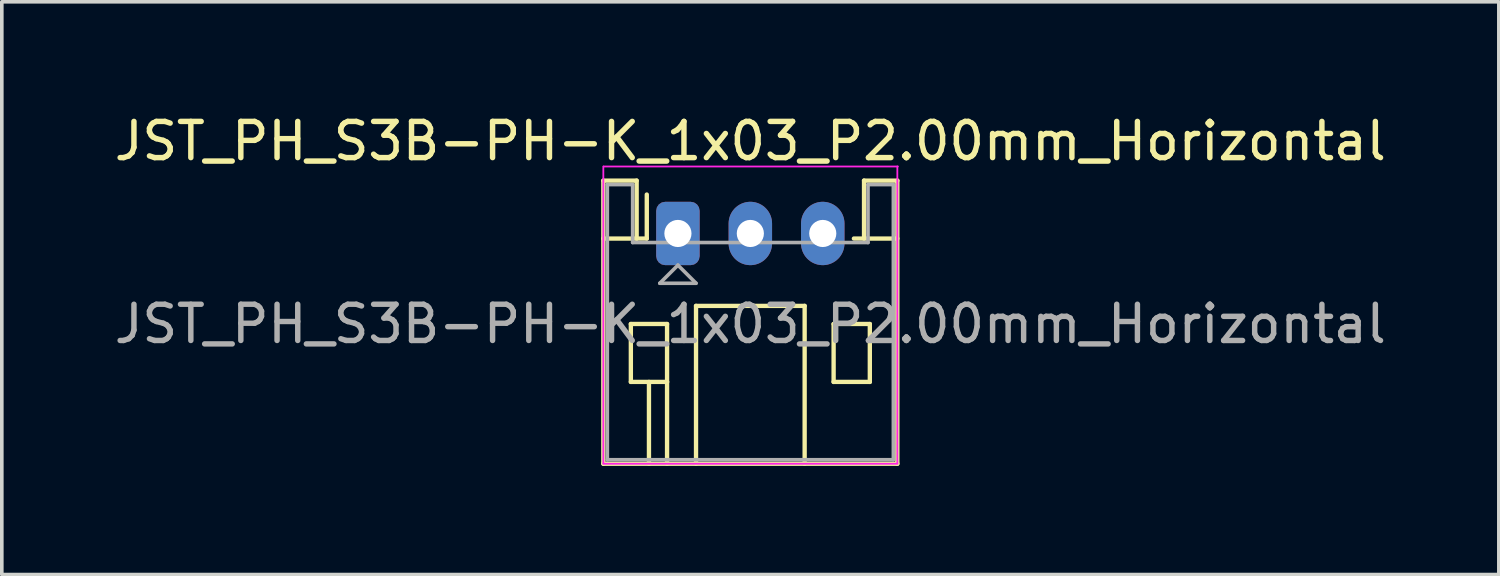
<source format=kicad_pcb>
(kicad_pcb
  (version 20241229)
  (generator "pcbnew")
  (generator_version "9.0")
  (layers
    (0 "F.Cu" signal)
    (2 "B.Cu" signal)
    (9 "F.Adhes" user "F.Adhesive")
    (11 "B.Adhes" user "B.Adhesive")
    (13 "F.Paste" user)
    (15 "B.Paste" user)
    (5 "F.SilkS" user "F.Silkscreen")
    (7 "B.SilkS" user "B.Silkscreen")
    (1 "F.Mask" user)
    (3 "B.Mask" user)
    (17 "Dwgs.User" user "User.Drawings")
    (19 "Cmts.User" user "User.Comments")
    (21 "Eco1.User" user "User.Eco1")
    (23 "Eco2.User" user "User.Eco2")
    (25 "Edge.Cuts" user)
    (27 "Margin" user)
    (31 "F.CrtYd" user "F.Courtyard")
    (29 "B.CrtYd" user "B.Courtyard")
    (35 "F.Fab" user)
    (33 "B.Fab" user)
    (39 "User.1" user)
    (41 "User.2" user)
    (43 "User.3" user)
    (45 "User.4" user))
  (footprint "JST_PH_S3B-PH-K_1x03_P2.00mm_Horizontal"
    (layer "F.Cu")
    (at 15.673 3.398)
    (property "Reference" "JST_PH_S3B-PH-K_1x03_P2.00mm_Horizontal" (at 2 -2.55 0) (layer "F.SilkS") (effects (font (size 1 1) (thickness 0.15))))
    (attr through_hole)
    (fp_line (start -2.06 -1.46) (end -2.06 6.36) (stroke (width 0.12) (type solid)) (layer "F.SilkS"))
    (fp_line (start -2.06 0.14) (end -1.14 0.14) (stroke (width 0.12) (type solid)) (layer "F.SilkS"))
    (fp_line (start -2.06 6.36) (end 6.06 6.36) (stroke (width 0.12) (type solid)) (layer "F.SilkS"))
    (fp_line (start -1.3 2.5) (end -1.3 4.1) (stroke (width 0.12) (type solid)) (layer "F.SilkS"))
    (fp_line (start -1.3 4.1) (end -0.3 4.1) (stroke (width 0.12) (type solid)) (layer "F.SilkS"))
    (fp_line (start -1.14 -1.46) (end -2.06 -1.46) (stroke (width 0.12) (type solid)) (layer "F.SilkS"))
    (fp_line (start -1.14 0.14) (end -1.14 -1.46) (stroke (width 0.12) (type solid)) (layer "F.SilkS"))
    (fp_line (start -0.86 0.14) (end -1.14 0.14) (stroke (width 0.12) (type solid)) (layer "F.SilkS"))
    (fp_line (start -0.86 0.14) (end -0.86 -1.075) (stroke (width 0.12) (type solid)) (layer "F.SilkS"))
    (fp_line (start -0.8 4.1) (end -0.8 6.36) (stroke (width 0.12) (type solid)) (layer "F.SilkS"))
    (fp_line (start -0.3 2.5) (end -1.3 2.5) (stroke (width 0.12) (type solid)) (layer "F.SilkS"))
    (fp_line (start -0.3 4.1) (end -0.3 2.5) (stroke (width 0.12) (type solid)) (layer "F.SilkS"))
    (fp_line (start -0.3 4.1) (end -0.3 6.36) (stroke (width 0.12) (type solid)) (layer "F.SilkS"))
    (fp_line (start 0.5 2) (end 3.5 2) (stroke (width 0.12) (type solid)) (layer "F.SilkS"))
    (fp_line (start 0.5 6.36) (end 0.5 2) (stroke (width 0.12) (type solid)) (layer "F.SilkS"))
    (fp_line (start 3.5 2) (end 3.5 6.36) (stroke (width 0.12) (type solid)) (layer "F.SilkS"))
    (fp_line (start 4.3 2.5) (end 5.3 2.5) (stroke (width 0.12) (type solid)) (layer "F.SilkS"))
    (fp_line (start 4.3 4.1) (end 4.3 2.5) (stroke (width 0.12) (type solid)) (layer "F.SilkS"))
    (fp_line (start 5.14 -1.46) (end 5.14 0.14) (stroke (width 0.12) (type solid)) (layer "F.SilkS"))
    (fp_line (start 5.14 0.14) (end 4.86 0.14) (stroke (width 0.12) (type solid)) (layer "F.SilkS"))
    (fp_line (start 5.3 2.5) (end 5.3 4.1) (stroke (width 0.12) (type solid)) (layer "F.SilkS"))
    (fp_line (start 5.3 4.1) (end 4.3 4.1) (stroke (width 0.12) (type solid)) (layer "F.SilkS"))
    (fp_line (start 6.06 -1.46) (end 5.14 -1.46) (stroke (width 0.12) (type solid)) (layer "F.SilkS"))
    (fp_line (start 6.06 0.14) (end 5.14 0.14) (stroke (width 0.12) (type solid)) (layer "F.SilkS"))
    (fp_line (start 6.06 6.36) (end 6.06 -1.46) (stroke (width 0.12) (type solid)) (layer "F.SilkS"))
    (fp_line (start -2.062 6.36) (end 6.062 6.36) (stroke (width 0.05) (type solid)) (layer "F.CrtYd"))
    (fp_line (start -2.06 -1.85) (end -2.06 6.35) (stroke (width 0.05) (type solid)) (layer "F.CrtYd"))
    (fp_line (start 6.06 6.35) (end 6.06 -1.85) (stroke (width 0.05) (type solid)) (layer "F.CrtYd"))
    (fp_line (start 6.075 -1.85) (end -2.05 -1.85) (stroke (width 0.05) (type solid)) (layer "F.CrtYd"))
    (fp_line (start -1.95 -1.35) (end -1.95 6.25) (stroke (width 0.1) (type solid)) (layer "F.Fab"))
    (fp_line (start -1.95 6.25) (end 5.95 6.25) (stroke (width 0.1) (type solid)) (layer "F.Fab"))
    (fp_line (start -1.25 -1.35) (end -1.95 -1.35) (stroke (width 0.1) (type solid)) (layer "F.Fab"))
    (fp_line (start -1.25 0.25) (end -1.25 -1.35) (stroke (width 0.1) (type solid)) (layer "F.Fab"))
    (fp_line (start -0.5 1.375) (end 0.5 1.375) (stroke (width 0.1) (type solid)) (layer "F.Fab"))
    (fp_line (start 0 0.875) (end -0.5 1.375) (stroke (width 0.1) (type solid)) (layer "F.Fab"))
    (fp_line (start 0.5 1.375) (end 0 0.875) (stroke (width 0.1) (type solid)) (layer "F.Fab"))
    (fp_line (start 5.25 -1.35) (end 5.25 0.25) (stroke (width 0.1) (type solid)) (layer "F.Fab"))
    (fp_line (start 5.25 0.25) (end -1.25 0.25) (stroke (width 0.1) (type solid)) (layer "F.Fab"))
    (fp_line (start 5.95 -1.35) (end 5.25 -1.35) (stroke (width 0.1) (type solid)) (layer "F.Fab"))
    (fp_line (start 5.95 6.25) (end 5.95 -1.35) (stroke (width 0.1) (type solid)) (layer "F.Fab"))
    (fp_text user "${REFERENCE}" (at 2 2.5 0) (layer "F.Fab") (effects (font (size 1 1) (thickness 0.15))))
    (pad "1" thru_hole roundrect (at 0 0) (size 1.2 1.75) (drill 0.75) (layers "*.Cu" "*.Mask") (roundrect_rratio 0.208))
    (pad "2" thru_hole oval (at 2 0) (size 1.2 1.75) (drill 0.75) (layers "*.Cu" "*.Mask"))
    (pad "3" thru_hole oval (at 4 0) (size 1.2 1.75) (drill 0.75) (layers "*.Cu" "*.Mask")))
  (gr_rect
    (start -3 -3)
    (end 38.345 12.818)
    (stroke (width 0.1) (type default))
    (fill no)
    (layer "Edge.Cuts")))
</source>
